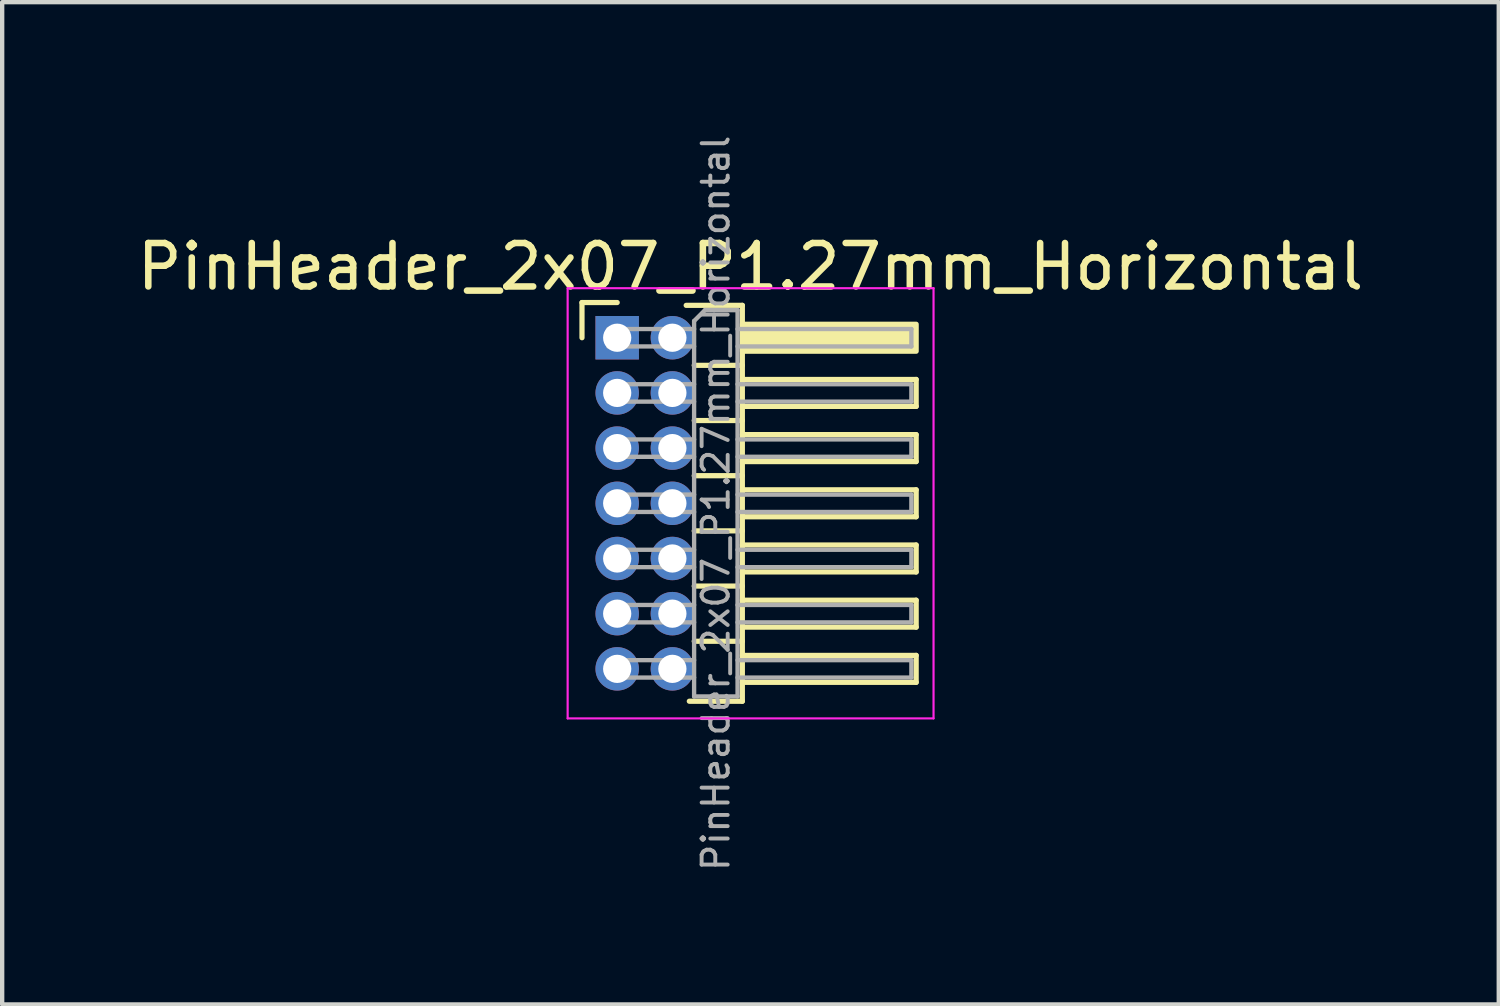
<source format=kicad_pcb>
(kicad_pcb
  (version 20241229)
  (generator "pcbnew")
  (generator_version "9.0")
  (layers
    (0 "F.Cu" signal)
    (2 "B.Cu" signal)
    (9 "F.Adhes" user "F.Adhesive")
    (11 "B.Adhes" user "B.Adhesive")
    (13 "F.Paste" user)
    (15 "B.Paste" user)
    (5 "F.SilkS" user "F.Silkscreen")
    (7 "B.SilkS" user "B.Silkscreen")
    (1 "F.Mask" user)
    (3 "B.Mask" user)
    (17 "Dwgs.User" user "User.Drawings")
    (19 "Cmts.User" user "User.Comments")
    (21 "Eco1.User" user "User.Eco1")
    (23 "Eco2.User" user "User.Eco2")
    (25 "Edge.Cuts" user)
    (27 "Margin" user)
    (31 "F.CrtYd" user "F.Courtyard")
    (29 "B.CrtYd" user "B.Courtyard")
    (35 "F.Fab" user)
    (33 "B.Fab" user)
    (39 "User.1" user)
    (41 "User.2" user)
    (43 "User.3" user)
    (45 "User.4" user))
  (footprint "PinHeader_2x07_P1.27mm_Horizontal"
    (layer "F.Cu")
    (at 11.153 4.722)
    (property "Reference" "PinHeader_2x07_P1.27mm_Horizontal" (at 3.067 -1.635 0) (layer "F.SilkS") (effects (font (size 1 1) (thickness 0.15))))
    (attr through_hole)
    (fp_line (start -0.81 -0.81) (end 0 -0.81) (stroke (width 0.12) (type solid)) (layer "F.SilkS"))
    (fp_line (start -0.81 0) (end -0.81 -0.81) (stroke (width 0.12) (type solid)) (layer "F.SilkS"))
    (fp_line (start 1.588 -0.745) (end 2.88 -0.745) (stroke (width 0.12) (type solid)) (layer "F.SilkS"))
    (fp_line (start 1.773 0.635) (end 2.88 0.635) (stroke (width 0.12) (type solid)) (layer "F.SilkS"))
    (fp_line (start 1.773 1.905) (end 2.88 1.905) (stroke (width 0.12) (type solid)) (layer "F.SilkS"))
    (fp_line (start 1.773 3.175) (end 2.88 3.175) (stroke (width 0.12) (type solid)) (layer "F.SilkS"))
    (fp_line (start 1.773 4.445) (end 2.88 4.445) (stroke (width 0.12) (type solid)) (layer "F.SilkS"))
    (fp_line (start 1.773 5.715) (end 2.88 5.715) (stroke (width 0.12) (type solid)) (layer "F.SilkS"))
    (fp_line (start 1.773 6.985) (end 2.88 6.985) (stroke (width 0.12) (type solid)) (layer "F.SilkS"))
    (fp_line (start 2.88 -0.745) (end 2.88 8.365) (stroke (width 0.12) (type solid)) (layer "F.SilkS"))
    (fp_line (start 2.88 0.96) (end 6.88 0.96) (stroke (width 0.12) (type solid)) (layer "F.SilkS"))
    (fp_line (start 2.88 2.23) (end 6.88 2.23) (stroke (width 0.12) (type solid)) (layer "F.SilkS"))
    (fp_line (start 2.88 3.5) (end 6.88 3.5) (stroke (width 0.12) (type solid)) (layer "F.SilkS"))
    (fp_line (start 2.88 4.77) (end 6.88 4.77) (stroke (width 0.12) (type solid)) (layer "F.SilkS"))
    (fp_line (start 2.88 6.04) (end 6.88 6.04) (stroke (width 0.12) (type solid)) (layer "F.SilkS"))
    (fp_line (start 2.88 7.31) (end 6.88 7.31) (stroke (width 0.12) (type solid)) (layer "F.SilkS"))
    (fp_line (start 2.88 8.365) (end 1.66 8.365) (stroke (width 0.12) (type solid)) (layer "F.SilkS"))
    (fp_line (start 6.88 0.96) (end 6.88 1.58) (stroke (width 0.12) (type solid)) (layer "F.SilkS"))
    (fp_line (start 6.88 1.58) (end 2.88 1.58) (stroke (width 0.12) (type solid)) (layer "F.SilkS"))
    (fp_line (start 6.88 2.23) (end 6.88 2.85) (stroke (width 0.12) (type solid)) (layer "F.SilkS"))
    (fp_line (start 6.88 2.85) (end 2.88 2.85) (stroke (width 0.12) (type solid)) (layer "F.SilkS"))
    (fp_line (start 6.88 3.5) (end 6.88 4.12) (stroke (width 0.12) (type solid)) (layer "F.SilkS"))
    (fp_line (start 6.88 4.12) (end 2.88 4.12) (stroke (width 0.12) (type solid)) (layer "F.SilkS"))
    (fp_line (start 6.88 4.77) (end 6.88 5.39) (stroke (width 0.12) (type solid)) (layer "F.SilkS"))
    (fp_line (start 6.88 5.39) (end 2.88 5.39) (stroke (width 0.12) (type solid)) (layer "F.SilkS"))
    (fp_line (start 6.88 6.04) (end 6.88 6.66) (stroke (width 0.12) (type solid)) (layer "F.SilkS"))
    (fp_line (start 6.88 6.66) (end 2.88 6.66) (stroke (width 0.12) (type solid)) (layer "F.SilkS"))
    (fp_line (start 6.88 7.31) (end 6.88 7.93) (stroke (width 0.12) (type solid)) (layer "F.SilkS"))
    (fp_line (start 6.88 7.93) (end 2.88 7.93) (stroke (width 0.12) (type solid)) (layer "F.SilkS"))
    (fp_rect (start 2.88 -0.31) (end 6.88 0.31) (stroke (width 0.12) (type solid)) (fill yes) (layer "F.SilkS"))
    (fp_line (start -1.14 -1.14) (end -1.14 8.76) (stroke (width 0.05) (type solid)) (layer "F.CrtYd"))
    (fp_line (start -1.14 8.76) (end 7.28 8.76) (stroke (width 0.05) (type solid)) (layer "F.CrtYd"))
    (fp_line (start 7.28 -1.14) (end -1.14 -1.14) (stroke (width 0.05) (type solid)) (layer "F.CrtYd"))
    (fp_line (start 7.28 8.76) (end 7.28 -1.14) (stroke (width 0.05) (type solid)) (layer "F.CrtYd"))
    (fp_line (start -0.2 -0.2) (end -0.2 0.2) (stroke (width 0.1) (type solid)) (layer "F.Fab"))
    (fp_line (start -0.2 -0.2) (end 1.77 -0.2) (stroke (width 0.1) (type solid)) (layer "F.Fab"))
    (fp_line (start -0.2 0.2) (end 1.77 0.2) (stroke (width 0.1) (type solid)) (layer "F.Fab"))
    (fp_line (start -0.2 1.07) (end -0.2 1.47) (stroke (width 0.1) (type solid)) (layer "F.Fab"))
    (fp_line (start -0.2 1.07) (end 1.77 1.07) (stroke (width 0.1) (type solid)) (layer "F.Fab"))
    (fp_line (start -0.2 1.47) (end 1.77 1.47) (stroke (width 0.1) (type solid)) (layer "F.Fab"))
    (fp_line (start -0.2 2.34) (end -0.2 2.74) (stroke (width 0.1) (type solid)) (layer "F.Fab"))
    (fp_line (start -0.2 2.34) (end 1.77 2.34) (stroke (width 0.1) (type solid)) (layer "F.Fab"))
    (fp_line (start -0.2 2.74) (end 1.77 2.74) (stroke (width 0.1) (type solid)) (layer "F.Fab"))
    (fp_line (start -0.2 3.61) (end -0.2 4.01) (stroke (width 0.1) (type solid)) (layer "F.Fab"))
    (fp_line (start -0.2 3.61) (end 1.77 3.61) (stroke (width 0.1) (type solid)) (layer "F.Fab"))
    (fp_line (start -0.2 4.01) (end 1.77 4.01) (stroke (width 0.1) (type solid)) (layer "F.Fab"))
    (fp_line (start -0.2 4.88) (end -0.2 5.28) (stroke (width 0.1) (type solid)) (layer "F.Fab"))
    (fp_line (start -0.2 4.88) (end 1.77 4.88) (stroke (width 0.1) (type solid)) (layer "F.Fab"))
    (fp_line (start -0.2 5.28) (end 1.77 5.28) (stroke (width 0.1) (type solid)) (layer "F.Fab"))
    (fp_line (start -0.2 6.15) (end -0.2 6.55) (stroke (width 0.1) (type solid)) (layer "F.Fab"))
    (fp_line (start -0.2 6.15) (end 1.77 6.15) (stroke (width 0.1) (type solid)) (layer "F.Fab"))
    (fp_line (start -0.2 6.55) (end 1.77 6.55) (stroke (width 0.1) (type solid)) (layer "F.Fab"))
    (fp_line (start -0.2 7.42) (end -0.2 7.82) (stroke (width 0.1) (type solid)) (layer "F.Fab"))
    (fp_line (start -0.2 7.42) (end 1.77 7.42) (stroke (width 0.1) (type solid)) (layer "F.Fab"))
    (fp_line (start -0.2 7.82) (end 1.77 7.82) (stroke (width 0.1) (type solid)) (layer "F.Fab"))
    (fp_line (start 1.77 -0.385) (end 2.02 -0.635) (stroke (width 0.1) (type solid)) (layer "F.Fab"))
    (fp_line (start 1.77 8.255) (end 1.77 -0.385) (stroke (width 0.1) (type solid)) (layer "F.Fab"))
    (fp_line (start 2.02 -0.635) (end 2.77 -0.635) (stroke (width 0.1) (type solid)) (layer "F.Fab"))
    (fp_line (start 2.77 -0.635) (end 2.77 8.255) (stroke (width 0.1) (type solid)) (layer "F.Fab"))
    (fp_line (start 2.77 -0.2) (end 6.77 -0.2) (stroke (width 0.1) (type solid)) (layer "F.Fab"))
    (fp_line (start 2.77 0.2) (end 6.77 0.2) (stroke (width 0.1) (type solid)) (layer "F.Fab"))
    (fp_line (start 2.77 1.07) (end 6.77 1.07) (stroke (width 0.1) (type solid)) (layer "F.Fab"))
    (fp_line (start 2.77 1.47) (end 6.77 1.47) (stroke (width 0.1) (type solid)) (layer "F.Fab"))
    (fp_line (start 2.77 2.34) (end 6.77 2.34) (stroke (width 0.1) (type solid)) (layer "F.Fab"))
    (fp_line (start 2.77 2.74) (end 6.77 2.74) (stroke (width 0.1) (type solid)) (layer "F.Fab"))
    (fp_line (start 2.77 3.61) (end 6.77 3.61) (stroke (width 0.1) (type solid)) (layer "F.Fab"))
    (fp_line (start 2.77 4.01) (end 6.77 4.01) (stroke (width 0.1) (type solid)) (layer "F.Fab"))
    (fp_line (start 2.77 4.88) (end 6.77 4.88) (stroke (width 0.1) (type solid)) (layer "F.Fab"))
    (fp_line (start 2.77 5.28) (end 6.77 5.28) (stroke (width 0.1) (type solid)) (layer "F.Fab"))
    (fp_line (start 2.77 6.15) (end 6.77 6.15) (stroke (width 0.1) (type solid)) (layer "F.Fab"))
    (fp_line (start 2.77 6.55) (end 6.77 6.55) (stroke (width 0.1) (type solid)) (layer "F.Fab"))
    (fp_line (start 2.77 7.42) (end 6.77 7.42) (stroke (width 0.1) (type solid)) (layer "F.Fab"))
    (fp_line (start 2.77 7.82) (end 6.77 7.82) (stroke (width 0.1) (type solid)) (layer "F.Fab"))
    (fp_line (start 2.77 8.255) (end 1.77 8.255) (stroke (width 0.1) (type solid)) (layer "F.Fab"))
    (fp_line (start 6.77 -0.2) (end 6.77 0.2) (stroke (width 0.1) (type solid)) (layer "F.Fab"))
    (fp_line (start 6.77 1.07) (end 6.77 1.47) (stroke (width 0.1) (type solid)) (layer "F.Fab"))
    (fp_line (start 6.77 2.34) (end 6.77 2.74) (stroke (width 0.1) (type solid)) (layer "F.Fab"))
    (fp_line (start 6.77 3.61) (end 6.77 4.01) (stroke (width 0.1) (type solid)) (layer "F.Fab"))
    (fp_line (start 6.77 4.88) (end 6.77 5.28) (stroke (width 0.1) (type solid)) (layer "F.Fab"))
    (fp_line (start 6.77 6.15) (end 6.77 6.55) (stroke (width 0.1) (type solid)) (layer "F.Fab"))
    (fp_line (start 6.77 7.42) (end 6.77 7.82) (stroke (width 0.1) (type solid)) (layer "F.Fab"))
    (fp_text user "${REFERENCE}" (at 2.27 3.81 90) (layer "F.Fab") (effects (font (size 0.6 0.6) (thickness 0.09))))
    (pad "1" thru_hole rect (at 0 0) (size 1 1) (drill 0.65) (layers "*.Cu" "*.Mask"))
    (pad "2" thru_hole circle (at 1.27 0) (size 1 1) (drill 0.65) (layers "*.Cu" "*.Mask"))
    (pad "3" thru_hole circle (at 0 1.27) (size 1 1) (drill 0.65) (layers "*.Cu" "*.Mask"))
    (pad "4" thru_hole circle (at 1.27 1.27) (size 1 1) (drill 0.65) (layers "*.Cu" "*.Mask"))
    (pad "5" thru_hole circle (at 0 2.54) (size 1 1) (drill 0.65) (layers "*.Cu" "*.Mask"))
    (pad "6" thru_hole circle (at 1.27 2.54) (size 1 1) (drill 0.65) (layers "*.Cu" "*.Mask"))
    (pad "7" thru_hole circle (at 0 3.81) (size 1 1) (drill 0.65) (layers "*.Cu" "*.Mask"))
    (pad "8" thru_hole circle (at 1.27 3.81) (size 1 1) (drill 0.65) (layers "*.Cu" "*.Mask"))
    (pad "9" thru_hole circle (at 0 5.08) (size 1 1) (drill 0.65) (layers "*.Cu" "*.Mask"))
    (pad "10" thru_hole circle (at 1.27 5.08) (size 1 1) (drill 0.65) (layers "*.Cu" "*.Mask"))
    (pad "11" thru_hole circle (at 0 6.35) (size 1 1) (drill 0.65) (layers "*.Cu" "*.Mask"))
    (pad "12" thru_hole circle (at 1.27 6.35) (size 1 1) (drill 0.65) (layers "*.Cu" "*.Mask"))
    (pad "13" thru_hole circle (at 0 7.62) (size 1 1) (drill 0.65) (layers "*.Cu" "*.Mask"))
    (pad "14" thru_hole circle (at 1.27 7.62) (size 1 1) (drill 0.65) (layers "*.Cu" "*.Mask")))
  (gr_rect
    (start -3 -3)
    (end 31.44 20.064)
    (stroke (width 0.1) (type default))
    (fill no)
    (layer "Edge.Cuts")))
</source>
